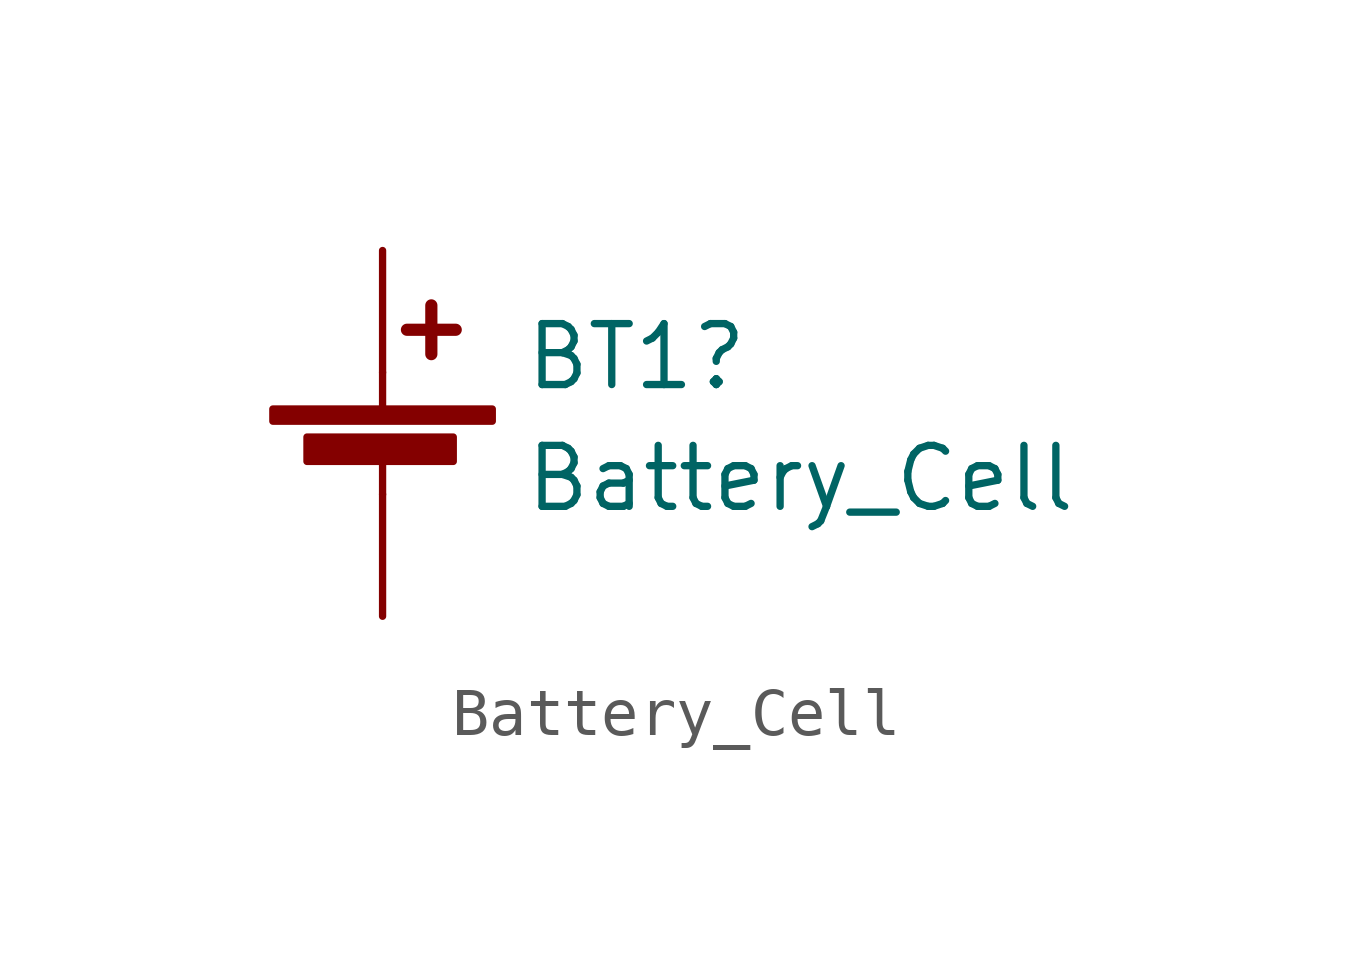
<source format=kicad_sym>
(kicad_symbol_lib
  (version 20211014)
  (generator kicad_symbol_editor)
  (symbol "Battery_Cell"
    (pin_numbers hide)
    (pin_names
      (offset 0) hide)
    (property "Reference" "BT1"
      (at 2.921 2.867 0)
      (effects (font (size 1.27 1.27)) (justify left)))
    (property "Value" "Battery_Cell"
      (at 2.921 0.33 0)
      (effects (font (size 1.27 1.27)) (justify left)))
    (symbol "Battery_Cell_0_1"
      (rectangle (start -2.286 1.778) (end 2.286 1.524) (stroke (width 0) (type default) (color 0 0 0 0)) (fill (type outline)))
      (rectangle (start -1.575 1.194) (end 1.473 0.686) (stroke (width 0) (type default) (color 0 0 0 0)) (fill (type outline)))
      (polyline (pts (xy 0 0.762) (xy 0 0)) (stroke (width 0) (type default) (color 0 0 0 0)) (fill (type none)))
      (polyline (pts (xy 0 1.778) (xy 0 2.54)) (stroke (width 0) (type default) (color 0 0 0 0)) (fill (type none)))
      (polyline (pts (xy 0.508 3.429) (xy 1.524 3.429)) (stroke (width 0.254) (type default) (color 0 0 0 0)) (fill (type none)))
      (polyline (pts (xy 1.016 3.937) (xy 1.016 2.921)) (stroke (width 0.254) (type default) (color 0 0 0 0)) (fill (type none))))
    (symbol "Battery_Cell_1_1"
      (pin power_out line (at 0 5.08 270) (length 2.54) (name "+" (effects (font (size 1.27 1.27)))) (number "1" (effects (font (size 1.27 1.27)))))
      (pin power_in line (at 0 -2.54 90) (length 2.54) (name "-" (effects (font (size 1.27 1.27)))) (number "2" (effects (font (size 1.27 1.27))))))))
</source>
